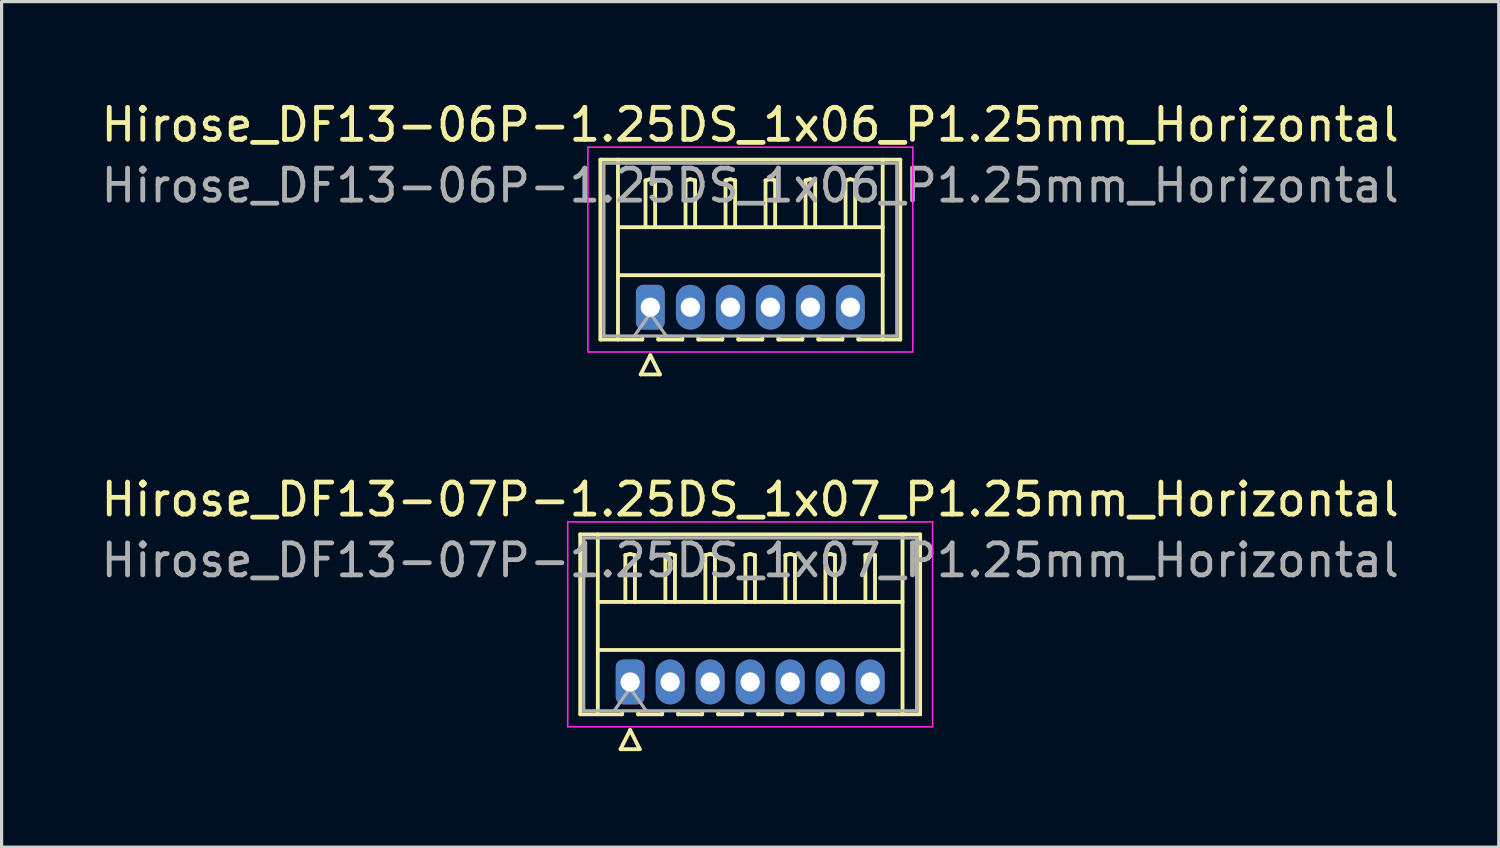
<source format=kicad_pcb>
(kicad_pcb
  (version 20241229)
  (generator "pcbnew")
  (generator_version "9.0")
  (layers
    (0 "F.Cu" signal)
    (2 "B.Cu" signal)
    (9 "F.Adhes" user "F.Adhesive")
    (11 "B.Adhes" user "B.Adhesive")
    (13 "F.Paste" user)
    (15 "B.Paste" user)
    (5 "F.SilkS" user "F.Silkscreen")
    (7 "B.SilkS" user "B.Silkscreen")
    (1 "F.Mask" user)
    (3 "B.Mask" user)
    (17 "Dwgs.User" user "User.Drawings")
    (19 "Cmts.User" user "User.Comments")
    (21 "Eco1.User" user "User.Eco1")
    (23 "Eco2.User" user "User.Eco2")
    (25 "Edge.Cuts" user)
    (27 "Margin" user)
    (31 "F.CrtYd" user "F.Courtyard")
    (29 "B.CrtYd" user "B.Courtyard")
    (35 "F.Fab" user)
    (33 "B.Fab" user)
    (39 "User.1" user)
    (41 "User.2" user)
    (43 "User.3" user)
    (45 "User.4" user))
  (footprint "Hirose_DF13-06P-1.25DS_1x06_P1.25mm_Horizontal"
    (layer "F.Cu")
    (at 17.267 6.548)
    (property "Reference" "Hirose_DF13-06P-1.25DS_1x06_P1.25mm_Horizontal" (at 3.12 -5.7 0) (layer "F.SilkS") (effects (font (size 1 1) (thickness 0.15))))
    (attr through_hole)
    (fp_line (start -1.56 -4.61) (end 7.81 -4.61) (stroke (width 0.12) (type solid)) (layer "F.SilkS"))
    (fp_line (start -1.56 1.01) (end -1.56 -4.61) (stroke (width 0.12) (type solid)) (layer "F.SilkS"))
    (fp_line (start -1.01 -4.61) (end -1.01 1.01) (stroke (width 0.12) (type solid)) (layer "F.SilkS"))
    (fp_line (start -1.01 -2.5) (end 7.26 -2.5) (stroke (width 0.12) (type solid)) (layer "F.SilkS"))
    (fp_line (start -1.01 -1) (end 7.26 -1) (stroke (width 0.12) (type solid)) (layer "F.SilkS"))
    (fp_line (start -0.3 2.1) (end 0.3 2.1) (stroke (width 0.12) (type solid)) (layer "F.SilkS"))
    (fp_line (start -0.25 0.96) (end -0.25 1.01) (stroke (width 0.12) (type solid)) (layer "F.SilkS"))
    (fp_line (start -0.25 1.01) (end -1.56 1.01) (stroke (width 0.12) (type solid)) (layer "F.SilkS"))
    (fp_line (start -0.15 -3.962) (end 0 -4) (stroke (width 0.12) (type solid)) (layer "F.SilkS"))
    (fp_line (start -0.15 -2.5) (end -0.15 -3.962) (stroke (width 0.12) (type solid)) (layer "F.SilkS"))
    (fp_line (start 0 -4) (end 0.15 -3.962) (stroke (width 0.12) (type solid)) (layer "F.SilkS"))
    (fp_line (start 0 1.5) (end -0.3 2.1) (stroke (width 0.12) (type solid)) (layer "F.SilkS"))
    (fp_line (start 0.15 -3.962) (end 0.15 -2.5) (stroke (width 0.12) (type solid)) (layer "F.SilkS"))
    (fp_line (start 0.25 0.96) (end 0.25 1.01) (stroke (width 0.12) (type solid)) (layer "F.SilkS"))
    (fp_line (start 0.25 1.01) (end 1 1.01) (stroke (width 0.12) (type solid)) (layer "F.SilkS"))
    (fp_line (start 0.3 2.1) (end 0 1.5) (stroke (width 0.12) (type solid)) (layer "F.SilkS"))
    (fp_line (start 1 1.01) (end 1 0.96) (stroke (width 0.12) (type solid)) (layer "F.SilkS"))
    (fp_line (start 1.1 -3.962) (end 1.25 -4) (stroke (width 0.12) (type solid)) (layer "F.SilkS"))
    (fp_line (start 1.1 -2.5) (end 1.1 -3.962) (stroke (width 0.12) (type solid)) (layer "F.SilkS"))
    (fp_line (start 1.25 -4) (end 1.4 -3.962) (stroke (width 0.12) (type solid)) (layer "F.SilkS"))
    (fp_line (start 1.4 -3.962) (end 1.4 -2.5) (stroke (width 0.12) (type solid)) (layer "F.SilkS"))
    (fp_line (start 1.5 0.96) (end 1.5 1.01) (stroke (width 0.12) (type solid)) (layer "F.SilkS"))
    (fp_line (start 1.5 1.01) (end 2.25 1.01) (stroke (width 0.12) (type solid)) (layer "F.SilkS"))
    (fp_line (start 2.25 1.01) (end 2.25 0.96) (stroke (width 0.12) (type solid)) (layer "F.SilkS"))
    (fp_line (start 2.35 -3.962) (end 2.5 -4) (stroke (width 0.12) (type solid)) (layer "F.SilkS"))
    (fp_line (start 2.35 -2.5) (end 2.35 -3.962) (stroke (width 0.12) (type solid)) (layer "F.SilkS"))
    (fp_line (start 2.5 -4) (end 2.65 -3.962) (stroke (width 0.12) (type solid)) (layer "F.SilkS"))
    (fp_line (start 2.65 -3.962) (end 2.65 -2.5) (stroke (width 0.12) (type solid)) (layer "F.SilkS"))
    (fp_line (start 2.75 0.96) (end 2.75 1.01) (stroke (width 0.12) (type solid)) (layer "F.SilkS"))
    (fp_line (start 2.75 1.01) (end 3.5 1.01) (stroke (width 0.12) (type solid)) (layer "F.SilkS"))
    (fp_line (start 3.5 1.01) (end 3.5 0.96) (stroke (width 0.12) (type solid)) (layer "F.SilkS"))
    (fp_line (start 3.6 -3.962) (end 3.75 -4) (stroke (width 0.12) (type solid)) (layer "F.SilkS"))
    (fp_line (start 3.6 -2.5) (end 3.6 -3.962) (stroke (width 0.12) (type solid)) (layer "F.SilkS"))
    (fp_line (start 3.75 -4) (end 3.9 -3.962) (stroke (width 0.12) (type solid)) (layer "F.SilkS"))
    (fp_line (start 3.9 -3.962) (end 3.9 -2.5) (stroke (width 0.12) (type solid)) (layer "F.SilkS"))
    (fp_line (start 4 0.96) (end 4 1.01) (stroke (width 0.12) (type solid)) (layer "F.SilkS"))
    (fp_line (start 4 1.01) (end 4.75 1.01) (stroke (width 0.12) (type solid)) (layer "F.SilkS"))
    (fp_line (start 4.75 1.01) (end 4.75 0.96) (stroke (width 0.12) (type solid)) (layer "F.SilkS"))
    (fp_line (start 4.85 -3.962) (end 5 -4) (stroke (width 0.12) (type solid)) (layer "F.SilkS"))
    (fp_line (start 4.85 -2.5) (end 4.85 -3.962) (stroke (width 0.12) (type solid)) (layer "F.SilkS"))
    (fp_line (start 5 -4) (end 5.15 -3.962) (stroke (width 0.12) (type solid)) (layer "F.SilkS"))
    (fp_line (start 5.15 -3.962) (end 5.15 -2.5) (stroke (width 0.12) (type solid)) (layer "F.SilkS"))
    (fp_line (start 5.25 0.96) (end 5.25 1.01) (stroke (width 0.12) (type solid)) (layer "F.SilkS"))
    (fp_line (start 5.25 1.01) (end 6 1.01) (stroke (width 0.12) (type solid)) (layer "F.SilkS"))
    (fp_line (start 6 1.01) (end 6 0.96) (stroke (width 0.12) (type solid)) (layer "F.SilkS"))
    (fp_line (start 6.1 -3.962) (end 6.25 -4) (stroke (width 0.12) (type solid)) (layer "F.SilkS"))
    (fp_line (start 6.1 -2.5) (end 6.1 -3.962) (stroke (width 0.12) (type solid)) (layer "F.SilkS"))
    (fp_line (start 6.25 -4) (end 6.4 -3.962) (stroke (width 0.12) (type solid)) (layer "F.SilkS"))
    (fp_line (start 6.4 -3.962) (end 6.4 -2.5) (stroke (width 0.12) (type solid)) (layer "F.SilkS"))
    (fp_line (start 6.5 1.01) (end 6.5 0.96) (stroke (width 0.12) (type solid)) (layer "F.SilkS"))
    (fp_line (start 7.26 -4.61) (end 7.26 1.01) (stroke (width 0.12) (type solid)) (layer "F.SilkS"))
    (fp_line (start 7.81 -4.61) (end 7.81 1.01) (stroke (width 0.12) (type solid)) (layer "F.SilkS"))
    (fp_line (start 7.81 1.01) (end 6.5 1.01) (stroke (width 0.12) (type solid)) (layer "F.SilkS"))
    (fp_line (start -1.95 -5) (end -1.95 1.4) (stroke (width 0.05) (type solid)) (layer "F.CrtYd"))
    (fp_line (start -1.95 1.4) (end 8.2 1.4) (stroke (width 0.05) (type solid)) (layer "F.CrtYd"))
    (fp_line (start 8.2 -5) (end -1.95 -5) (stroke (width 0.05) (type solid)) (layer "F.CrtYd"))
    (fp_line (start 8.2 1.4) (end 8.2 -5) (stroke (width 0.05) (type solid)) (layer "F.CrtYd"))
    (fp_line (start -1.45 -4.5) (end -1.45 0.9) (stroke (width 0.1) (type solid)) (layer "F.Fab"))
    (fp_line (start -1.45 0.9) (end 7.7 0.9) (stroke (width 0.1) (type solid)) (layer "F.Fab"))
    (fp_line (start -0.5 0.9) (end 0 0.193) (stroke (width 0.1) (type solid)) (layer "F.Fab"))
    (fp_line (start 0 0.193) (end 0.5 0.9) (stroke (width 0.1) (type solid)) (layer "F.Fab"))
    (fp_line (start 7.7 -4.5) (end -1.45 -4.5) (stroke (width 0.1) (type solid)) (layer "F.Fab"))
    (fp_line (start 7.7 0.9) (end 7.7 -4.5) (stroke (width 0.1) (type solid)) (layer "F.Fab"))
    (fp_text user "${REFERENCE}" (at 3.12 -3.8 0) (layer "F.Fab") (effects (font (size 1 1) (thickness 0.15))))
    (pad "1" thru_hole roundrect (at 0 0) (size 0.9 1.4) (drill 0.6) (layers "*.Cu" "*.Mask") (roundrect_rratio 0.25))
    (pad "2" thru_hole oval (at 1.25 0) (size 0.9 1.4) (drill 0.6) (layers "*.Cu" "*.Mask"))
    (pad "3" thru_hole oval (at 2.5 0) (size 0.9 1.4) (drill 0.6) (layers "*.Cu" "*.Mask"))
    (pad "4" thru_hole oval (at 3.75 0) (size 0.9 1.4) (drill 0.6) (layers "*.Cu" "*.Mask"))
    (pad "5" thru_hole oval (at 5 0) (size 0.9 1.4) (drill 0.6) (layers "*.Cu" "*.Mask"))
    (pad "6" thru_hole oval (at 6.25 0) (size 0.9 1.4) (drill 0.6) (layers "*.Cu" "*.Mask")))
  (footprint "Hirose_DF13-07P-1.25DS_1x07_P1.25mm_Horizontal"
    (layer "F.Cu")
    (at 16.637 18.256)
    (property "Reference" "Hirose_DF13-07P-1.25DS_1x07_P1.25mm_Horizontal" (at 3.75 -5.7 0) (layer "F.SilkS") (effects (font (size 1 1) (thickness 0.15))))
    (attr through_hole)
    (fp_line (start -1.56 -4.61) (end 9.06 -4.61) (stroke (width 0.12) (type solid)) (layer "F.SilkS"))
    (fp_line (start -1.56 1.01) (end -1.56 -4.61) (stroke (width 0.12) (type solid)) (layer "F.SilkS"))
    (fp_line (start -1.01 -4.61) (end -1.01 1.01) (stroke (width 0.12) (type solid)) (layer "F.SilkS"))
    (fp_line (start -1.01 -2.5) (end 8.51 -2.5) (stroke (width 0.12) (type solid)) (layer "F.SilkS"))
    (fp_line (start -1.01 -1) (end 8.51 -1) (stroke (width 0.12) (type solid)) (layer "F.SilkS"))
    (fp_line (start -0.3 2.1) (end 0.3 2.1) (stroke (width 0.12) (type solid)) (layer "F.SilkS"))
    (fp_line (start -0.25 0.96) (end -0.25 1.01) (stroke (width 0.12) (type solid)) (layer "F.SilkS"))
    (fp_line (start -0.25 1.01) (end -1.56 1.01) (stroke (width 0.12) (type solid)) (layer "F.SilkS"))
    (fp_line (start -0.15 -3.962) (end 0 -4) (stroke (width 0.12) (type solid)) (layer "F.SilkS"))
    (fp_line (start -0.15 -2.5) (end -0.15 -3.962) (stroke (width 0.12) (type solid)) (layer "F.SilkS"))
    (fp_line (start 0 -4) (end 0.15 -3.962) (stroke (width 0.12) (type solid)) (layer "F.SilkS"))
    (fp_line (start 0 1.5) (end -0.3 2.1) (stroke (width 0.12) (type solid)) (layer "F.SilkS"))
    (fp_line (start 0.15 -3.962) (end 0.15 -2.5) (stroke (width 0.12) (type solid)) (layer "F.SilkS"))
    (fp_line (start 0.25 0.96) (end 0.25 1.01) (stroke (width 0.12) (type solid)) (layer "F.SilkS"))
    (fp_line (start 0.25 1.01) (end 1 1.01) (stroke (width 0.12) (type solid)) (layer "F.SilkS"))
    (fp_line (start 0.3 2.1) (end 0 1.5) (stroke (width 0.12) (type solid)) (layer "F.SilkS"))
    (fp_line (start 1 1.01) (end 1 0.96) (stroke (width 0.12) (type solid)) (layer "F.SilkS"))
    (fp_line (start 1.1 -3.962) (end 1.25 -4) (stroke (width 0.12) (type solid)) (layer "F.SilkS"))
    (fp_line (start 1.1 -2.5) (end 1.1 -3.962) (stroke (width 0.12) (type solid)) (layer "F.SilkS"))
    (fp_line (start 1.25 -4) (end 1.4 -3.962) (stroke (width 0.12) (type solid)) (layer "F.SilkS"))
    (fp_line (start 1.4 -3.962) (end 1.4 -2.5) (stroke (width 0.12) (type solid)) (layer "F.SilkS"))
    (fp_line (start 1.5 0.96) (end 1.5 1.01) (stroke (width 0.12) (type solid)) (layer "F.SilkS"))
    (fp_line (start 1.5 1.01) (end 2.25 1.01) (stroke (width 0.12) (type solid)) (layer "F.SilkS"))
    (fp_line (start 2.25 1.01) (end 2.25 0.96) (stroke (width 0.12) (type solid)) (layer "F.SilkS"))
    (fp_line (start 2.35 -3.962) (end 2.5 -4) (stroke (width 0.12) (type solid)) (layer "F.SilkS"))
    (fp_line (start 2.35 -2.5) (end 2.35 -3.962) (stroke (width 0.12) (type solid)) (layer "F.SilkS"))
    (fp_line (start 2.5 -4) (end 2.65 -3.962) (stroke (width 0.12) (type solid)) (layer "F.SilkS"))
    (fp_line (start 2.65 -3.962) (end 2.65 -2.5) (stroke (width 0.12) (type solid)) (layer "F.SilkS"))
    (fp_line (start 2.75 0.96) (end 2.75 1.01) (stroke (width 0.12) (type solid)) (layer "F.SilkS"))
    (fp_line (start 2.75 1.01) (end 3.5 1.01) (stroke (width 0.12) (type solid)) (layer "F.SilkS"))
    (fp_line (start 3.5 1.01) (end 3.5 0.96) (stroke (width 0.12) (type solid)) (layer "F.SilkS"))
    (fp_line (start 3.6 -3.962) (end 3.75 -4) (stroke (width 0.12) (type solid)) (layer "F.SilkS"))
    (fp_line (start 3.6 -2.5) (end 3.6 -3.962) (stroke (width 0.12) (type solid)) (layer "F.SilkS"))
    (fp_line (start 3.75 -4) (end 3.9 -3.962) (stroke (width 0.12) (type solid)) (layer "F.SilkS"))
    (fp_line (start 3.9 -3.962) (end 3.9 -2.5) (stroke (width 0.12) (type solid)) (layer "F.SilkS"))
    (fp_line (start 4 0.96) (end 4 1.01) (stroke (width 0.12) (type solid)) (layer "F.SilkS"))
    (fp_line (start 4 1.01) (end 4.75 1.01) (stroke (width 0.12) (type solid)) (layer "F.SilkS"))
    (fp_line (start 4.75 1.01) (end 4.75 0.96) (stroke (width 0.12) (type solid)) (layer "F.SilkS"))
    (fp_line (start 4.85 -3.962) (end 5 -4) (stroke (width 0.12) (type solid)) (layer "F.SilkS"))
    (fp_line (start 4.85 -2.5) (end 4.85 -3.962) (stroke (width 0.12) (type solid)) (layer "F.SilkS"))
    (fp_line (start 5 -4) (end 5.15 -3.962) (stroke (width 0.12) (type solid)) (layer "F.SilkS"))
    (fp_line (start 5.15 -3.962) (end 5.15 -2.5) (stroke (width 0.12) (type solid)) (layer "F.SilkS"))
    (fp_line (start 5.25 0.96) (end 5.25 1.01) (stroke (width 0.12) (type solid)) (layer "F.SilkS"))
    (fp_line (start 5.25 1.01) (end 6 1.01) (stroke (width 0.12) (type solid)) (layer "F.SilkS"))
    (fp_line (start 6 1.01) (end 6 0.96) (stroke (width 0.12) (type solid)) (layer "F.SilkS"))
    (fp_line (start 6.1 -3.962) (end 6.25 -4) (stroke (width 0.12) (type solid)) (layer "F.SilkS"))
    (fp_line (start 6.1 -2.5) (end 6.1 -3.962) (stroke (width 0.12) (type solid)) (layer "F.SilkS"))
    (fp_line (start 6.25 -4) (end 6.4 -3.962) (stroke (width 0.12) (type solid)) (layer "F.SilkS"))
    (fp_line (start 6.4 -3.962) (end 6.4 -2.5) (stroke (width 0.12) (type solid)) (layer "F.SilkS"))
    (fp_line (start 6.5 0.96) (end 6.5 1.01) (stroke (width 0.12) (type solid)) (layer "F.SilkS"))
    (fp_line (start 6.5 1.01) (end 7.25 1.01) (stroke (width 0.12) (type solid)) (layer "F.SilkS"))
    (fp_line (start 7.25 1.01) (end 7.25 0.96) (stroke (width 0.12) (type solid)) (layer "F.SilkS"))
    (fp_line (start 7.35 -3.962) (end 7.5 -4) (stroke (width 0.12) (type solid)) (layer "F.SilkS"))
    (fp_line (start 7.35 -2.5) (end 7.35 -3.962) (stroke (width 0.12) (type solid)) (layer "F.SilkS"))
    (fp_line (start 7.5 -4) (end 7.65 -3.962) (stroke (width 0.12) (type solid)) (layer "F.SilkS"))
    (fp_line (start 7.65 -3.962) (end 7.65 -2.5) (stroke (width 0.12) (type solid)) (layer "F.SilkS"))
    (fp_line (start 7.75 1.01) (end 7.75 0.96) (stroke (width 0.12) (type solid)) (layer "F.SilkS"))
    (fp_line (start 8.51 -4.61) (end 8.51 1.01) (stroke (width 0.12) (type solid)) (layer "F.SilkS"))
    (fp_line (start 9.06 -4.61) (end 9.06 1.01) (stroke (width 0.12) (type solid)) (layer "F.SilkS"))
    (fp_line (start 9.06 1.01) (end 7.75 1.01) (stroke (width 0.12) (type solid)) (layer "F.SilkS"))
    (fp_line (start -1.95 -5) (end -1.95 1.4) (stroke (width 0.05) (type solid)) (layer "F.CrtYd"))
    (fp_line (start -1.95 1.4) (end 9.45 1.4) (stroke (width 0.05) (type solid)) (layer "F.CrtYd"))
    (fp_line (start 9.45 -5) (end -1.95 -5) (stroke (width 0.05) (type solid)) (layer "F.CrtYd"))
    (fp_line (start 9.45 1.4) (end 9.45 -5) (stroke (width 0.05) (type solid)) (layer "F.CrtYd"))
    (fp_line (start -1.45 -4.5) (end -1.45 0.9) (stroke (width 0.1) (type solid)) (layer "F.Fab"))
    (fp_line (start -1.45 0.9) (end 8.95 0.9) (stroke (width 0.1) (type solid)) (layer "F.Fab"))
    (fp_line (start -0.5 0.9) (end 0 0.193) (stroke (width 0.1) (type solid)) (layer "F.Fab"))
    (fp_line (start 0 0.193) (end 0.5 0.9) (stroke (width 0.1) (type solid)) (layer "F.Fab"))
    (fp_line (start 8.95 -4.5) (end -1.45 -4.5) (stroke (width 0.1) (type solid)) (layer "F.Fab"))
    (fp_line (start 8.95 0.9) (end 8.95 -4.5) (stroke (width 0.1) (type solid)) (layer "F.Fab"))
    (fp_text user "${REFERENCE}" (at 3.75 -3.8 0) (layer "F.Fab") (effects (font (size 1 1) (thickness 0.15))))
    (pad "1" thru_hole roundrect (at 0 0) (size 0.9 1.4) (drill 0.6) (layers "*.Cu" "*.Mask") (roundrect_rratio 0.25))
    (pad "2" thru_hole oval (at 1.25 0) (size 0.9 1.4) (drill 0.6) (layers "*.Cu" "*.Mask"))
    (pad "3" thru_hole oval (at 2.5 0) (size 0.9 1.4) (drill 0.6) (layers "*.Cu" "*.Mask"))
    (pad "4" thru_hole oval (at 3.75 0) (size 0.9 1.4) (drill 0.6) (layers "*.Cu" "*.Mask"))
    (pad "5" thru_hole oval (at 5 0) (size 0.9 1.4) (drill 0.6) (layers "*.Cu" "*.Mask"))
    (pad "6" thru_hole oval (at 6.25 0) (size 0.9 1.4) (drill 0.6) (layers "*.Cu" "*.Mask"))
    (pad "7" thru_hole oval (at 7.5 0) (size 0.9 1.4) (drill 0.6) (layers "*.Cu" "*.Mask")))
  (gr_rect
    (start -3 -3)
    (end 43.774 23.416)
    (stroke (width 0.1) (type default))
    (fill no)
    (layer "Edge.Cuts")))
</source>
